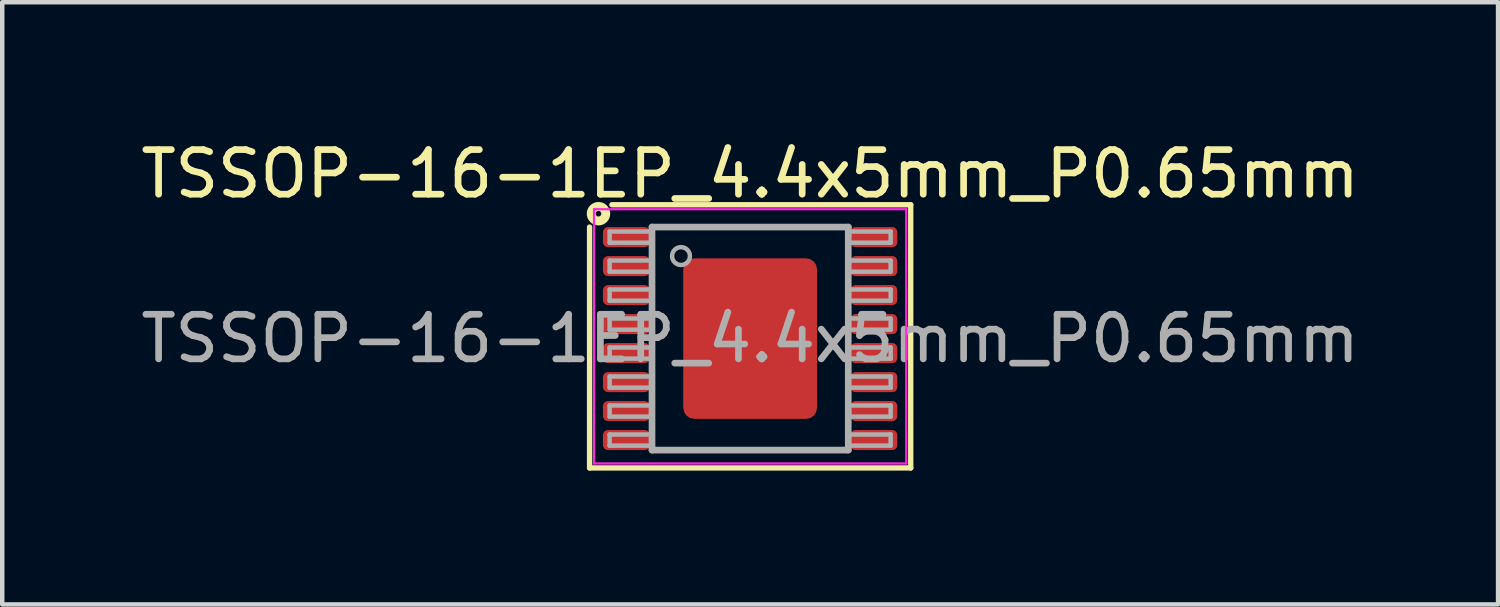
<source format=kicad_pcb>
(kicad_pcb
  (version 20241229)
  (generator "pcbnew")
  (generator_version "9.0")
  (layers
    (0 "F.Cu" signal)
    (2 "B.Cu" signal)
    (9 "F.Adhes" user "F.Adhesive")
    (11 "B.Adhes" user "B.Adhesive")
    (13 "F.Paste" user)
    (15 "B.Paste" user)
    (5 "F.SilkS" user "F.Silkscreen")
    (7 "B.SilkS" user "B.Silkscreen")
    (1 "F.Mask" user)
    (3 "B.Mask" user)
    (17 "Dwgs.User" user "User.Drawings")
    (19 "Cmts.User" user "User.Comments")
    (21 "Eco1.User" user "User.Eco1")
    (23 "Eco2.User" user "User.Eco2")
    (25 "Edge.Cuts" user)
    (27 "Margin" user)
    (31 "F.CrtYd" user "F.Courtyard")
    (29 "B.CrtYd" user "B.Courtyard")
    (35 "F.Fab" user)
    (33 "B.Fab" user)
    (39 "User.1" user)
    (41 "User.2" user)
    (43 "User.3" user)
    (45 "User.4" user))
  (footprint "TSSOP-16-1EP_4.4x5mm_P0.65mm"
    (layer "F.Cu")
    (at 13.768 4.541)
    (property "Reference" "TSSOP-16-1EP_4.4x5mm_P0.65mm" (at 0 -3.692 0) (layer "F.SilkS") (effects (font (size 1 1) (thickness 0.15))))
    (attr smd)
    (fp_line (start -3.6 -2.5) (end -3.6 2.9) (stroke (width 0.12) (type solid)) (layer "F.SilkS"))
    (fp_line (start -3.6 2.9) (end 3.6 2.9) (stroke (width 0.12) (type solid)) (layer "F.SilkS"))
    (fp_line (start 3.6 -3) (end -3.1 -3) (stroke (width 0.12) (type solid)) (layer "F.SilkS"))
    (fp_line (start 3.6 2.9) (end 3.6 -3) (stroke (width 0.12) (type solid)) (layer "F.SilkS"))
    (fp_circle (center -3.4 -2.8) (end -3.337 -2.8) (stroke (width 0.2) (type solid)) (fill no) (layer "F.SilkS"))
    (fp_line (start -3.5 -2.9) (end -3.5 2.8) (stroke (width 0.05) (type solid)) (layer "F.CrtYd"))
    (fp_line (start -3.5 -2.9) (end 3.5 -2.9) (stroke (width 0.05) (type solid)) (layer "F.CrtYd"))
    (fp_line (start -3.5 2.8) (end 3.5 2.8) (stroke (width 0.05) (type solid)) (layer "F.CrtYd"))
    (fp_line (start 3.5 -2.9) (end 3.5 2.8) (stroke (width 0.05) (type solid)) (layer "F.CrtYd"))
    (fp_line (start -3.15 -2.4) (end -3.15 -2.15) (stroke (width 0.1) (type solid)) (layer "F.Fab"))
    (fp_line (start -3.15 -2.4) (end -2.2 -2.4) (stroke (width 0.1) (type solid)) (layer "F.Fab"))
    (fp_line (start -3.15 -2.15) (end -2.2 -2.15) (stroke (width 0.1) (type solid)) (layer "F.Fab"))
    (fp_line (start -3.15 -1.75) (end -3.15 -1.5) (stroke (width 0.1) (type solid)) (layer "F.Fab"))
    (fp_line (start -3.15 -1.75) (end -2.2 -1.75) (stroke (width 0.1) (type solid)) (layer "F.Fab"))
    (fp_line (start -3.15 -1.5) (end -2.2 -1.5) (stroke (width 0.1) (type solid)) (layer "F.Fab"))
    (fp_line (start -3.15 -1.1) (end -3.15 -0.85) (stroke (width 0.1) (type solid)) (layer "F.Fab"))
    (fp_line (start -3.15 -1.1) (end -2.2 -1.1) (stroke (width 0.1) (type solid)) (layer "F.Fab"))
    (fp_line (start -3.15 -0.85) (end -2.2 -0.85) (stroke (width 0.1) (type solid)) (layer "F.Fab"))
    (fp_line (start -3.15 -0.45) (end -3.15 -0.2) (stroke (width 0.1) (type solid)) (layer "F.Fab"))
    (fp_line (start -3.15 -0.45) (end -2.2 -0.45) (stroke (width 0.1) (type solid)) (layer "F.Fab"))
    (fp_line (start -3.15 -0.2) (end -2.2 -0.2) (stroke (width 0.1) (type solid)) (layer "F.Fab"))
    (fp_line (start -3.15 0.2) (end -3.15 0.45) (stroke (width 0.1) (type solid)) (layer "F.Fab"))
    (fp_line (start -3.15 0.2) (end -2.2 0.2) (stroke (width 0.1) (type solid)) (layer "F.Fab"))
    (fp_line (start -3.15 0.45) (end -2.2 0.45) (stroke (width 0.1) (type solid)) (layer "F.Fab"))
    (fp_line (start -3.15 0.85) (end -3.15 1.1) (stroke (width 0.1) (type solid)) (layer "F.Fab"))
    (fp_line (start -3.15 0.85) (end -2.2 0.85) (stroke (width 0.1) (type solid)) (layer "F.Fab"))
    (fp_line (start -3.15 1.1) (end -2.2 1.1) (stroke (width 0.1) (type solid)) (layer "F.Fab"))
    (fp_line (start -3.15 1.5) (end -3.15 1.75) (stroke (width 0.1) (type solid)) (layer "F.Fab"))
    (fp_line (start -3.15 1.5) (end -2.2 1.5) (stroke (width 0.1) (type solid)) (layer "F.Fab"))
    (fp_line (start -3.15 1.75) (end -2.2 1.75) (stroke (width 0.1) (type solid)) (layer "F.Fab"))
    (fp_line (start -3.15 2.15) (end -3.15 2.4) (stroke (width 0.1) (type solid)) (layer "F.Fab"))
    (fp_line (start -3.15 2.15) (end -2.2 2.15) (stroke (width 0.1) (type solid)) (layer "F.Fab"))
    (fp_line (start -3.15 2.4) (end -2.2 2.4) (stroke (width 0.1) (type solid)) (layer "F.Fab"))
    (fp_line (start -2.2 -2.5) (end 2.2 -2.5) (stroke (width 0.15) (type solid)) (layer "F.Fab"))
    (fp_line (start -2.2 2.5) (end -2.2 -2.5) (stroke (width 0.15) (type solid)) (layer "F.Fab"))
    (fp_line (start 2.2 -2.5) (end 2.2 2.5) (stroke (width 0.15) (type solid)) (layer "F.Fab"))
    (fp_line (start 2.2 2.5) (end -2.2 2.5) (stroke (width 0.15) (type solid)) (layer "F.Fab"))
    (fp_line (start 3.15 -2.4) (end 2.2 -2.4) (stroke (width 0.1) (type solid)) (layer "F.Fab"))
    (fp_line (start 3.15 -2.15) (end 2.2 -2.15) (stroke (width 0.1) (type solid)) (layer "F.Fab"))
    (fp_line (start 3.15 -2.15) (end 3.15 -2.4) (stroke (width 0.1) (type solid)) (layer "F.Fab"))
    (fp_line (start 3.15 -1.75) (end 2.2 -1.75) (stroke (width 0.1) (type solid)) (layer "F.Fab"))
    (fp_line (start 3.15 -1.5) (end 2.2 -1.5) (stroke (width 0.1) (type solid)) (layer "F.Fab"))
    (fp_line (start 3.15 -1.5) (end 3.15 -1.75) (stroke (width 0.1) (type solid)) (layer "F.Fab"))
    (fp_line (start 3.15 -1.1) (end 2.2 -1.1) (stroke (width 0.1) (type solid)) (layer "F.Fab"))
    (fp_line (start 3.15 -0.85) (end 2.2 -0.85) (stroke (width 0.1) (type solid)) (layer "F.Fab"))
    (fp_line (start 3.15 -0.85) (end 3.15 -1.1) (stroke (width 0.1) (type solid)) (layer "F.Fab"))
    (fp_line (start 3.15 -0.45) (end 2.2 -0.45) (stroke (width 0.1) (type solid)) (layer "F.Fab"))
    (fp_line (start 3.15 -0.2) (end 2.2 -0.2) (stroke (width 0.1) (type solid)) (layer "F.Fab"))
    (fp_line (start 3.15 -0.2) (end 3.15 -0.45) (stroke (width 0.1) (type solid)) (layer "F.Fab"))
    (fp_line (start 3.15 0.2) (end 2.2 0.2) (stroke (width 0.1) (type solid)) (layer "F.Fab"))
    (fp_line (start 3.15 0.45) (end 2.2 0.45) (stroke (width 0.1) (type solid)) (layer "F.Fab"))
    (fp_line (start 3.15 0.45) (end 3.15 0.2) (stroke (width 0.1) (type solid)) (layer "F.Fab"))
    (fp_line (start 3.15 0.85) (end 2.2 0.85) (stroke (width 0.1) (type solid)) (layer "F.Fab"))
    (fp_line (start 3.15 1.1) (end 2.2 1.1) (stroke (width 0.1) (type solid)) (layer "F.Fab"))
    (fp_line (start 3.15 1.1) (end 3.15 0.85) (stroke (width 0.1) (type solid)) (layer "F.Fab"))
    (fp_line (start 3.15 1.5) (end 2.2 1.5) (stroke (width 0.1) (type solid)) (layer "F.Fab"))
    (fp_line (start 3.15 1.75) (end 2.2 1.75) (stroke (width 0.1) (type solid)) (layer "F.Fab"))
    (fp_line (start 3.15 1.75) (end 3.15 1.5) (stroke (width 0.1) (type solid)) (layer "F.Fab"))
    (fp_line (start 3.15 2.15) (end 2.2 2.15) (stroke (width 0.1) (type solid)) (layer "F.Fab"))
    (fp_line (start 3.15 2.4) (end 2.2 2.4) (stroke (width 0.1) (type solid)) (layer "F.Fab"))
    (fp_line (start 3.15 2.4) (end 3.15 2.15) (stroke (width 0.1) (type solid)) (layer "F.Fab"))
    (fp_circle (center -1.55 -1.85) (end -1.35 -1.85) (stroke (width 0.1) (type solid)) (fill no) (layer "F.Fab"))
    (fp_text user "${REFERENCE}" (at 0 0 0) (layer "F.Fab") (effects (font (size 1 1) (thickness 0.15))))
    (pad "" smd roundrect (at -0.8 -1.2) (size 1.2 0.9) (layers "F.Paste") (roundrect_rratio 0.25))
    (pad "" smd roundrect (at -0.8 0) (size 1.2 0.9) (layers "F.Paste") (roundrect_rratio 0.25))
    (pad "" smd roundrect (at -0.8 1.2) (size 1.2 0.9) (layers "F.Paste") (roundrect_rratio 0.25))
    (pad "" smd roundrect (at 0.8 -1.2) (size 1.2 0.9) (layers "F.Paste") (roundrect_rratio 0.25))
    (pad "" smd roundrect (at 0.8 0) (size 1.2 0.9) (layers "F.Paste") (roundrect_rratio 0.25))
    (pad "" smd roundrect (at 0.8 1.2) (size 1.2 0.9) (layers "F.Paste") (roundrect_rratio 0.25))
    (pad "1" smd roundrect (at -2.775 -2.275) (size 1.05 0.45) (layers "F.Cu" "F.Mask" "F.Paste") (roundrect_rratio 0.25))
    (pad "2" smd roundrect (at -2.775 -1.625) (size 1.05 0.45) (layers "F.Cu" "F.Mask" "F.Paste") (roundrect_rratio 0.25))
    (pad "3" smd roundrect (at -2.775 -0.975) (size 1.05 0.45) (layers "F.Cu" "F.Mask" "F.Paste") (roundrect_rratio 0.25))
    (pad "4" smd roundrect (at -2.775 -0.325) (size 1.05 0.45) (layers "F.Cu" "F.Mask" "F.Paste") (roundrect_rratio 0.25))
    (pad "5" smd roundrect (at -2.775 0.325) (size 1.05 0.45) (layers "F.Cu" "F.Mask" "F.Paste") (roundrect_rratio 0.25))
    (pad "6" smd roundrect (at -2.775 0.975) (size 1.05 0.45) (layers "F.Cu" "F.Mask" "F.Paste") (roundrect_rratio 0.25))
    (pad "7" smd roundrect (at -2.775 1.625) (size 1.05 0.45) (layers "F.Cu" "F.Mask" "F.Paste") (roundrect_rratio 0.25))
    (pad "8" smd roundrect (at -2.775 2.275) (size 1.05 0.45) (layers "F.Cu" "F.Mask" "F.Paste") (roundrect_rratio 0.25))
    (pad "9" smd roundrect (at 2.775 2.275) (size 1.05 0.45) (layers "F.Cu" "F.Mask" "F.Paste") (roundrect_rratio 0.25))
    (pad "10" smd roundrect (at 2.775 1.625) (size 1.05 0.45) (layers "F.Cu" "F.Mask" "F.Paste") (roundrect_rratio 0.25))
    (pad "11" smd roundrect (at 2.775 0.975) (size 1.05 0.45) (layers "F.Cu" "F.Mask" "F.Paste") (roundrect_rratio 0.25))
    (pad "12" smd roundrect (at 2.775 0.325) (size 1.05 0.45) (layers "F.Cu" "F.Mask" "F.Paste") (roundrect_rratio 0.25))
    (pad "13" smd roundrect (at 2.775 -0.325) (size 1.05 0.45) (layers "F.Cu" "F.Mask" "F.Paste") (roundrect_rratio 0.25))
    (pad "14" smd roundrect (at 2.775 -0.975) (size 1.05 0.45) (layers "F.Cu" "F.Mask" "F.Paste") (roundrect_rratio 0.25))
    (pad "15" smd roundrect (at 0 0) (size 3 3.6) (layers "F.Cu" "F.Mask") (roundrect_rratio 0.083))
    (pad "15" smd roundrect (at 2.775 -1.625) (size 1.05 0.45) (layers "F.Cu" "F.Mask" "F.Paste") (roundrect_rratio 0.25))
    (pad "16" smd roundrect (at 2.775 -2.275) (size 1.05 0.45) (layers "F.Cu" "F.Mask" "F.Paste") (roundrect_rratio 0.25)))
  (gr_rect
    (start -3 -3)
    (end 30.536 10.501)
    (stroke (width 0.1) (type default))
    (fill no)
    (layer "Edge.Cuts")))
</source>
